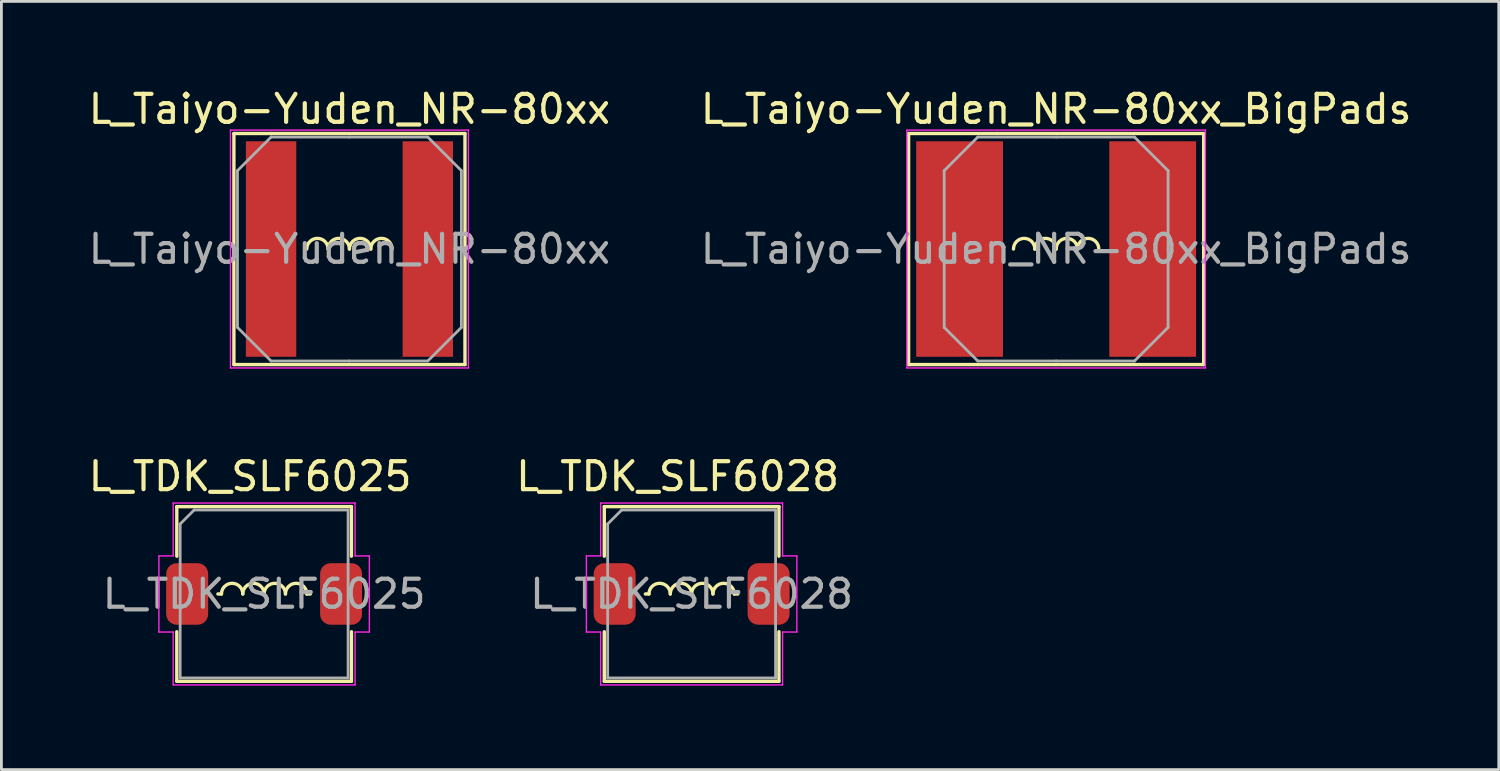
<source format=kicad_pcb>
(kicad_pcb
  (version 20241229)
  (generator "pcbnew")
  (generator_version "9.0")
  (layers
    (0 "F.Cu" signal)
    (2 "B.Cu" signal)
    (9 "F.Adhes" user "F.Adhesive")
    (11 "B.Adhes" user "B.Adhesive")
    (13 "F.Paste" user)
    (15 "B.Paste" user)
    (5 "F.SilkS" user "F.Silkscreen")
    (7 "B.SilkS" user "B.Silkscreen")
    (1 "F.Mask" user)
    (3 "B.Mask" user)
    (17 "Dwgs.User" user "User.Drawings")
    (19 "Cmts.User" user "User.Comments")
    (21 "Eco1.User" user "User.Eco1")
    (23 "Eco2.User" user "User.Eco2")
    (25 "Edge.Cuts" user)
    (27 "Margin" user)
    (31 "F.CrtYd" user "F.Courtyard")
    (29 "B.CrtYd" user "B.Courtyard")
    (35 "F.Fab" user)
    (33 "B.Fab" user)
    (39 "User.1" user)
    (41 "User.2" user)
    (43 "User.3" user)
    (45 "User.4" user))
  (footprint "L_TDK_SLF6025"
    (layer "F.Cu")
    (at 6.387 18.172)
    (property "Reference" "L_TDK_SLF6025" (at -0.5 -4.2 0) (layer "F.SilkS") (effects (font (size 1 1) (thickness 0.15))))
    (attr smd)
    (fp_line (start -3.12 -3.12) (end -3.12 -1.35) (stroke (width 0.12) (type solid)) (layer "F.SilkS"))
    (fp_line (start -3.12 -3.12) (end 3.12 -3.12) (stroke (width 0.12) (type solid)) (layer "F.SilkS"))
    (fp_line (start -3.12 1.35) (end -3.12 3.12) (stroke (width 0.12) (type solid)) (layer "F.SilkS"))
    (fp_line (start -3.12 3.12) (end 3.12 3.12) (stroke (width 0.12) (type solid)) (layer "F.SilkS"))
    (fp_line (start -1.651 0) (end -1.524 0) (stroke (width 0.12) (type solid)) (layer "F.SilkS"))
    (fp_line (start 1.524 0) (end 1.651 0) (stroke (width 0.12) (type solid)) (layer "F.SilkS"))
    (fp_line (start 3.12 -3.12) (end 3.12 -1.35) (stroke (width 0.12) (type solid)) (layer "F.SilkS"))
    (fp_line (start 3.12 1.35) (end 3.12 3.12) (stroke (width 0.12) (type solid)) (layer "F.SilkS"))
    (fp_arc (start -1.524 0) (mid -1.143 -0.381) (end -0.762 0) (stroke (width 0.12) (type solid)) (layer "F.SilkS"))
    (fp_arc (start -0.762 0) (mid -0.381 -0.381) (end 0 0) (stroke (width 0.12) (type solid)) (layer "F.SilkS"))
    (fp_arc (start 0 0) (mid 0.381 -0.381) (end 0.762 0) (stroke (width 0.12) (type solid)) (layer "F.SilkS"))
    (fp_arc (start 0.762 0) (mid 1.143 -0.381) (end 1.524 0) (stroke (width 0.12) (type solid)) (layer "F.SilkS"))
    (fp_line (start -3.76 -1.36) (end -3.76 1.36) (stroke (width 0.05) (type solid)) (layer "F.CrtYd"))
    (fp_line (start -3.76 1.36) (end -3.25 1.36) (stroke (width 0.05) (type solid)) (layer "F.CrtYd"))
    (fp_line (start -3.25 -3.25) (end -3.25 -1.36) (stroke (width 0.05) (type solid)) (layer "F.CrtYd"))
    (fp_line (start -3.25 -3.25) (end 3.25 -3.25) (stroke (width 0.05) (type solid)) (layer "F.CrtYd"))
    (fp_line (start -3.25 -1.36) (end -3.76 -1.36) (stroke (width 0.05) (type solid)) (layer "F.CrtYd"))
    (fp_line (start -3.25 1.36) (end -3.25 3.25) (stroke (width 0.05) (type solid)) (layer "F.CrtYd"))
    (fp_line (start -3.25 3.25) (end 3.25 3.25) (stroke (width 0.05) (type solid)) (layer "F.CrtYd"))
    (fp_line (start 3.25 -3.25) (end 3.25 -1.36) (stroke (width 0.05) (type solid)) (layer "F.CrtYd"))
    (fp_line (start 3.25 -1.36) (end 3.76 -1.36) (stroke (width 0.05) (type solid)) (layer "F.CrtYd"))
    (fp_line (start 3.25 1.36) (end 3.25 3.25) (stroke (width 0.05) (type solid)) (layer "F.CrtYd"))
    (fp_line (start 3.76 -1.36) (end 3.76 1.36) (stroke (width 0.05) (type solid)) (layer "F.CrtYd"))
    (fp_line (start 3.76 1.36) (end 3.25 1.36) (stroke (width 0.05) (type solid)) (layer "F.CrtYd"))
    (fp_line (start -3 -2.5) (end -2.5 -3) (stroke (width 0.1) (type solid)) (layer "F.Fab"))
    (fp_line (start -3 3) (end -3 -2.5) (stroke (width 0.1) (type solid)) (layer "F.Fab"))
    (fp_line (start -2.5 -3) (end 3 -3) (stroke (width 0.1) (type solid)) (layer "F.Fab"))
    (fp_line (start 3 -3) (end 3 3) (stroke (width 0.1) (type solid)) (layer "F.Fab"))
    (fp_line (start 3 3) (end -3 3) (stroke (width 0.1) (type solid)) (layer "F.Fab"))
    (fp_text user "${REFERENCE}" (at 0 0 0) (layer "F.Fab") (effects (font (size 1 1) (thickness 0.15))))
    (pad "1" smd roundrect (at -2.75 0) (size 1.5 2.2) (layers "F.Cu" "F.Mask" "F.Paste") (roundrect_rratio 0.25))
    (pad "2" smd roundrect (at 2.75 0) (size 1.5 2.2) (layers "F.Cu" "F.Mask" "F.Paste") (roundrect_rratio 0.25)))
  (footprint "L_TDK_SLF6028"
    (layer "F.Cu")
    (at 21.661 18.172)
    (property "Reference" "L_TDK_SLF6028" (at -0.5 -4.2 0) (layer "F.SilkS") (effects (font (size 1 1) (thickness 0.15))))
    (attr smd)
    (fp_line (start -3.12 -3.12) (end -3.12 -1.35) (stroke (width 0.12) (type solid)) (layer "F.SilkS"))
    (fp_line (start -3.12 -3.12) (end 3.12 -3.12) (stroke (width 0.12) (type solid)) (layer "F.SilkS"))
    (fp_line (start -3.12 1.35) (end -3.12 3.12) (stroke (width 0.12) (type solid)) (layer "F.SilkS"))
    (fp_line (start -3.12 3.12) (end 3.12 3.12) (stroke (width 0.12) (type solid)) (layer "F.SilkS"))
    (fp_line (start -1.651 0) (end -1.524 0) (stroke (width 0.12) (type solid)) (layer "F.SilkS"))
    (fp_line (start 1.524 0) (end 1.651 0) (stroke (width 0.12) (type solid)) (layer "F.SilkS"))
    (fp_line (start 3.12 -3.12) (end 3.12 -1.35) (stroke (width 0.12) (type solid)) (layer "F.SilkS"))
    (fp_line (start 3.12 1.35) (end 3.12 3.12) (stroke (width 0.12) (type solid)) (layer "F.SilkS"))
    (fp_arc (start -1.524 0) (mid -1.143 -0.381) (end -0.762 0) (stroke (width 0.12) (type solid)) (layer "F.SilkS"))
    (fp_arc (start -0.762 0) (mid -0.381 -0.381) (end 0 0) (stroke (width 0.12) (type solid)) (layer "F.SilkS"))
    (fp_arc (start 0 0) (mid 0.381 -0.381) (end 0.762 0) (stroke (width 0.12) (type solid)) (layer "F.SilkS"))
    (fp_arc (start 0.762 0) (mid 1.143 -0.381) (end 1.524 0) (stroke (width 0.12) (type solid)) (layer "F.SilkS"))
    (fp_line (start -3.76 -1.36) (end -3.76 1.36) (stroke (width 0.05) (type solid)) (layer "F.CrtYd"))
    (fp_line (start -3.76 1.36) (end -3.25 1.36) (stroke (width 0.05) (type solid)) (layer "F.CrtYd"))
    (fp_line (start -3.25 -3.25) (end -3.25 -1.36) (stroke (width 0.05) (type solid)) (layer "F.CrtYd"))
    (fp_line (start -3.25 -3.25) (end 3.25 -3.25) (stroke (width 0.05) (type solid)) (layer "F.CrtYd"))
    (fp_line (start -3.25 -1.36) (end -3.76 -1.36) (stroke (width 0.05) (type solid)) (layer "F.CrtYd"))
    (fp_line (start -3.25 1.36) (end -3.25 3.25) (stroke (width 0.05) (type solid)) (layer "F.CrtYd"))
    (fp_line (start -3.25 3.25) (end 3.25 3.25) (stroke (width 0.05) (type solid)) (layer "F.CrtYd"))
    (fp_line (start 3.25 -3.25) (end 3.25 -1.36) (stroke (width 0.05) (type solid)) (layer "F.CrtYd"))
    (fp_line (start 3.25 -1.36) (end 3.76 -1.36) (stroke (width 0.05) (type solid)) (layer "F.CrtYd"))
    (fp_line (start 3.25 1.36) (end 3.25 3.25) (stroke (width 0.05) (type solid)) (layer "F.CrtYd"))
    (fp_line (start 3.76 -1.36) (end 3.76 1.36) (stroke (width 0.05) (type solid)) (layer "F.CrtYd"))
    (fp_line (start 3.76 1.36) (end 3.25 1.36) (stroke (width 0.05) (type solid)) (layer "F.CrtYd"))
    (fp_line (start -3 -2.5) (end -2.5 -3) (stroke (width 0.1) (type solid)) (layer "F.Fab"))
    (fp_line (start -3 3) (end -3 -2.5) (stroke (width 0.1) (type solid)) (layer "F.Fab"))
    (fp_line (start -2.5 -3) (end 3 -3) (stroke (width 0.1) (type solid)) (layer "F.Fab"))
    (fp_line (start 3 -3) (end 3 3) (stroke (width 0.1) (type solid)) (layer "F.Fab"))
    (fp_line (start 3 3) (end -3 3) (stroke (width 0.1) (type solid)) (layer "F.Fab"))
    (fp_text user "${REFERENCE}" (at 0 0 0) (layer "F.Fab") (effects (font (size 1 1) (thickness 0.15))))
    (pad "1" smd roundrect (at -2.75 0) (size 1.5 2.2) (layers "F.Cu" "F.Mask" "F.Paste") (roundrect_rratio 0.25))
    (pad "2" smd roundrect (at 2.75 0) (size 1.5 2.2) (layers "F.Cu" "F.Mask" "F.Paste") (roundrect_rratio 0.25)))
  (footprint "L_Taiyo-Yuden_NR-80xx"
    (layer "F.Cu")
    (at 9.435 5.848)
    (property "Reference" "L_Taiyo-Yuden_NR-80xx" (at 0 -5 0) (layer "F.SilkS") (effects (font (size 1 1) (thickness 0.15))))
    (attr smd)
    (fp_line (start -4.128 -4.128) (end -4.128 4.128) (stroke (width 0.12) (type solid)) (layer "F.SilkS"))
    (fp_line (start -4.128 4.128) (end 4.128 4.128) (stroke (width 0.12) (type solid)) (layer "F.SilkS"))
    (fp_line (start -2.794 -4.128) (end -4.128 -4.128) (stroke (width 0.12) (type solid)) (layer "F.SilkS"))
    (fp_line (start 4.128 -4.128) (end -2.794 -4.128) (stroke (width 0.12) (type solid)) (layer "F.SilkS"))
    (fp_line (start 4.128 4.128) (end 4.128 -4.128) (stroke (width 0.12) (type solid)) (layer "F.SilkS"))
    (fp_arc (start -1.524 0) (mid -1.143 -0.381) (end -0.762 0) (stroke (width 0.12) (type solid)) (layer "F.SilkS"))
    (fp_arc (start -0.762 0) (mid -0.381 -0.381) (end 0 0) (stroke (width 0.12) (type solid)) (layer "F.SilkS"))
    (fp_arc (start 0 0) (mid 0.381 -0.381) (end 0.762 0) (stroke (width 0.12) (type solid)) (layer "F.SilkS"))
    (fp_arc (start 0.762 0) (mid 1.143 -0.381) (end 1.524 0) (stroke (width 0.12) (type solid)) (layer "F.SilkS"))
    (fp_line (start -4.25 -4.25) (end -4.25 4.25) (stroke (width 0.05) (type solid)) (layer "F.CrtYd"))
    (fp_line (start -4.25 4.25) (end 4.25 4.25) (stroke (width 0.05) (type solid)) (layer "F.CrtYd"))
    (fp_line (start 4.25 -4.25) (end -4.25 -4.25) (stroke (width 0.05) (type solid)) (layer "F.CrtYd"))
    (fp_line (start 4.25 4.25) (end 4.25 -4.25) (stroke (width 0.05) (type solid)) (layer "F.CrtYd"))
    (fp_line (start -4 -2.8) (end -2.8 -4) (stroke (width 0.1) (type solid)) (layer "F.Fab"))
    (fp_line (start -4 0) (end -4 -2.8) (stroke (width 0.1) (type solid)) (layer "F.Fab"))
    (fp_line (start -4 0) (end -4 2.8) (stroke (width 0.1) (type solid)) (layer "F.Fab"))
    (fp_line (start -4 2.8) (end -2.8 4) (stroke (width 0.1) (type solid)) (layer "F.Fab"))
    (fp_line (start -2.8 -4) (end 0 -4) (stroke (width 0.1) (type solid)) (layer "F.Fab"))
    (fp_line (start -2.8 4) (end 0 4) (stroke (width 0.1) (type solid)) (layer "F.Fab"))
    (fp_line (start 2.8 -4) (end 0 -4) (stroke (width 0.1) (type solid)) (layer "F.Fab"))
    (fp_line (start 2.8 4) (end 0 4) (stroke (width 0.1) (type solid)) (layer "F.Fab"))
    (fp_line (start 4 -2.8) (end 2.8 -4) (stroke (width 0.1) (type solid)) (layer "F.Fab"))
    (fp_line (start 4 0) (end 4 -2.8) (stroke (width 0.1) (type solid)) (layer "F.Fab"))
    (fp_line (start 4 0) (end 4 2.8) (stroke (width 0.1) (type solid)) (layer "F.Fab"))
    (fp_line (start 4 2.8) (end 2.8 4) (stroke (width 0.1) (type solid)) (layer "F.Fab"))
    (fp_text user "${REFERENCE}" (at 0 0 0) (layer "F.Fab") (effects (font (size 1 1) (thickness 0.15))))
    (pad "1" smd rect (at -2.8 0) (size 1.8 7.7) (layers "F.Cu" "F.Mask" "F.Paste"))
    (pad "2" smd rect (at 2.8 0) (size 1.8 7.7) (layers "F.Cu" "F.Mask" "F.Paste")))
  (footprint "L_Taiyo-Yuden_NR-80xx_BigPads"
    (layer "F.Cu")
    (at 34.685 5.848)
    (property "Reference" "L_Taiyo-Yuden_NR-80xx_BigPads" (at 0 -5 0) (layer "F.SilkS") (effects (font (size 1 1) (thickness 0.15))))
    (attr smd)
    (fp_line (start -5.271 -4.128) (end -5.271 4.128) (stroke (width 0.12) (type solid)) (layer "F.SilkS"))
    (fp_line (start -5.271 4.128) (end 5.271 4.128) (stroke (width 0.12) (type solid)) (layer "F.SilkS"))
    (fp_line (start -2.095 -4.128) (end -5.271 -4.128) (stroke (width 0.12) (type solid)) (layer "F.SilkS"))
    (fp_line (start 5.271 -4.128) (end -2.095 -4.128) (stroke (width 0.12) (type solid)) (layer "F.SilkS"))
    (fp_line (start 5.271 4.128) (end 5.271 -4.128) (stroke (width 0.12) (type solid)) (layer "F.SilkS"))
    (fp_arc (start -1.524 0) (mid -1.143 -0.381) (end -0.762 0) (stroke (width 0.12) (type solid)) (layer "F.SilkS"))
    (fp_arc (start -0.762 0) (mid -0.381 -0.381) (end 0 0) (stroke (width 0.12) (type solid)) (layer "F.SilkS"))
    (fp_arc (start 0 0) (mid 0.381 -0.381) (end 0.762 0) (stroke (width 0.12) (type solid)) (layer "F.SilkS"))
    (fp_arc (start 0.762 0) (mid 1.143 -0.381) (end 1.524 0) (stroke (width 0.12) (type solid)) (layer "F.SilkS"))
    (fp_line (start -5.334 -4.25) (end -5.334 4.25) (stroke (width 0.05) (type solid)) (layer "F.CrtYd"))
    (fp_line (start -5.334 4.25) (end 5.334 4.25) (stroke (width 0.05) (type solid)) (layer "F.CrtYd"))
    (fp_line (start 5.334 -4.25) (end -5.334 -4.25) (stroke (width 0.05) (type solid)) (layer "F.CrtYd"))
    (fp_line (start 5.334 4.25) (end 5.334 -4.25) (stroke (width 0.05) (type solid)) (layer "F.CrtYd"))
    (fp_line (start -4 -2.8) (end -2.8 -4) (stroke (width 0.1) (type solid)) (layer "F.Fab"))
    (fp_line (start -4 0) (end -4 -2.8) (stroke (width 0.1) (type solid)) (layer "F.Fab"))
    (fp_line (start -4 0) (end -4 2.8) (stroke (width 0.1) (type solid)) (layer "F.Fab"))
    (fp_line (start -4 2.8) (end -2.8 4) (stroke (width 0.1) (type solid)) (layer "F.Fab"))
    (fp_line (start -2.8 -4) (end 0 -4) (stroke (width 0.1) (type solid)) (layer "F.Fab"))
    (fp_line (start -2.8 4) (end 0 4) (stroke (width 0.1) (type solid)) (layer "F.Fab"))
    (fp_line (start 2.8 -4) (end 0 -4) (stroke (width 0.1) (type solid)) (layer "F.Fab"))
    (fp_line (start 2.8 4) (end 0 4) (stroke (width 0.1) (type solid)) (layer "F.Fab"))
    (fp_line (start 4 -2.8) (end 2.8 -4) (stroke (width 0.1) (type solid)) (layer "F.Fab"))
    (fp_line (start 4 0) (end 4 -2.8) (stroke (width 0.1) (type solid)) (layer "F.Fab"))
    (fp_line (start 4 0) (end 4 2.8) (stroke (width 0.1) (type solid)) (layer "F.Fab"))
    (fp_line (start 4 2.8) (end 2.8 4) (stroke (width 0.1) (type solid)) (layer "F.Fab"))
    (fp_text user "${REFERENCE}" (at 0 0 0) (layer "F.Fab") (effects (font (size 1 1) (thickness 0.15))))
    (pad "1" smd rect (at -3.45 0) (size 3.1 7.7) (layers "F.Cu" "F.Mask" "F.Paste"))
    (pad "2" smd rect (at 3.45 0) (size 3.1 7.7) (layers "F.Cu" "F.Mask" "F.Paste")))
  (gr_rect
    (start -3 -3)
    (end 50.5 24.447)
    (stroke (width 0.1) (type default))
    (fill no)
    (layer "Edge.Cuts")))
</source>
